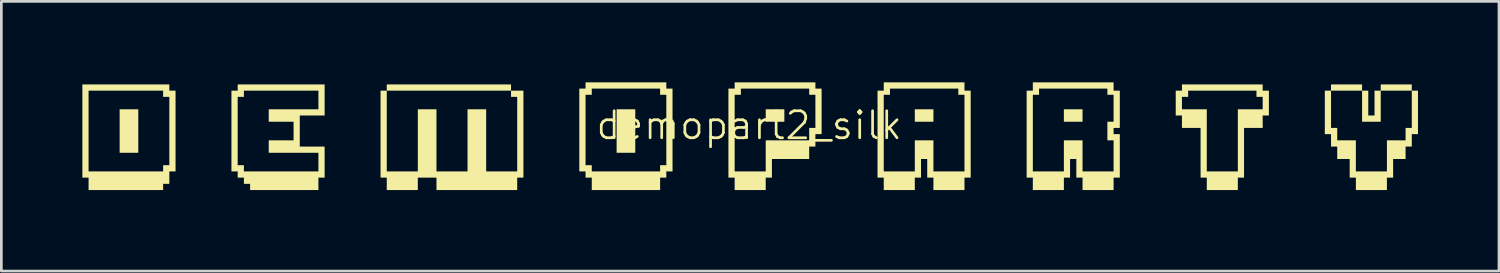
<source format=kicad_pcb>
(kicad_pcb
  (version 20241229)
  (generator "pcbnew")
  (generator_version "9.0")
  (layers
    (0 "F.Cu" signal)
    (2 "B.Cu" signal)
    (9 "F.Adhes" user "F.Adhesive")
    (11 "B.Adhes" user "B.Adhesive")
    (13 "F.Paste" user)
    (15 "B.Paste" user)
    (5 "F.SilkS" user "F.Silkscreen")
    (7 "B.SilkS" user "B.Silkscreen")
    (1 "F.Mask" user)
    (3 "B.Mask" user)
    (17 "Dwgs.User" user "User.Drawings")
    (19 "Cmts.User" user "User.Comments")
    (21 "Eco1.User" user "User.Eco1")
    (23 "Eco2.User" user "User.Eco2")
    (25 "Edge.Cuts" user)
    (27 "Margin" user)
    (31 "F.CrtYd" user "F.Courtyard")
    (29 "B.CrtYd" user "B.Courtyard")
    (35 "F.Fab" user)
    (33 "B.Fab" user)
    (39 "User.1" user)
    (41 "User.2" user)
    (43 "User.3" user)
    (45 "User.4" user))
  (footprint "demopart2_silk"
    (layer "F.Cu")
    (at 25.593 1.194)
    (property "Reference" "demopart2_silk" (at -0.9 0.4 0) (unlocked yes) (layer "F.SilkS") (effects (font (size 1 1) (thickness 0.1))))
    (attr smd)
    (fp_poly (pts (xy -23.522 0.609) (xy -23.522 1.414) (xy -23.867 1.414) (xy -24.212 1.414) (xy -24.212 0.609) (xy -24.212 -0.197) (xy -23.867 -0.197) (xy -23.522 -0.197)) (stroke (width 0) (type solid)) (fill yes) (layer "F.SilkS"))
    (fp_poly (pts (xy -5.117 0.609) (xy -5.117 1.414) (xy -5.463 1.414) (xy -5.808 1.414) (xy -5.808 0.609) (xy -5.808 -0.197) (xy -5.463 -0.197) (xy -5.117 -0.197)) (stroke (width 0) (type solid)) (fill yes) (layer "F.SilkS"))
    (fp_poly (pts (xy 0.404 0.033) (xy 0.404 0.264) (xy 0.059 0.264) (xy -0.286 0.264) (xy -0.286 0.033) (xy -0.286 -0.197) (xy 0.059 -0.197) (xy 0.404 -0.197)) (stroke (width 0) (type solid)) (fill yes) (layer "F.SilkS"))
    (fp_poly (pts (xy 5.925 0.033) (xy 5.925 0.264) (xy 5.58 0.264) (xy 5.235 0.264) (xy 5.235 0.033) (xy 5.235 -0.197) (xy 5.58 -0.197) (xy 5.925 -0.197)) (stroke (width 0) (type solid)) (fill yes) (layer "F.SilkS"))
    (fp_poly (pts (xy 11.447 0.033) (xy 11.447 0.264) (xy 11.101 0.264) (xy 10.756 0.264) (xy 10.756 0.033) (xy 10.756 -0.197) (xy 11.101 -0.197) (xy 11.447 -0.197)) (stroke (width 0) (type solid)) (fill yes) (layer "F.SilkS"))
    (fp_poly (pts (xy 23.64 -1.002) (xy 23.64 -0.887) (xy 23.065 -0.887) (xy 22.49 -0.887) (xy 22.49 -0.311) (xy 22.49 0.264) (xy 22.145 0.264) (xy 21.799 0.264) (xy 21.799 -0.311) (xy 21.799 -0.887) (xy 21.914 -0.887) (xy 22.029 -0.887) (xy 22.029 -0.427) (xy 22.029 0.033) (xy 22.145 0.033) (xy 22.26 0.033) (xy 22.26 -0.427) (xy 22.26 -0.887) (xy 22.375 -0.887) (xy 22.49 -0.887) (xy 22.49 -1.002) (xy 22.49 -1.117) (xy 23.065 -1.117) (xy 23.64 -1.117)) (stroke (width 0) (type solid)) (fill yes) (layer "F.SilkS"))
    (fp_poly (pts (xy -22.372 -1.002) (xy -22.372 -0.887) (xy -22.257 -0.887) (xy -22.142 -0.887) (xy -22.142 0.609) (xy -22.142 2.104) (xy -22.257 2.104) (xy -22.372 2.104) (xy -22.372 2.334) (xy -22.372 2.564) (xy -22.487 2.564) (xy -22.602 2.564) (xy -22.602 2.679) (xy -22.602 2.794) (xy -23.982 2.794) (xy -25.363 2.794) (xy -25.363 2.564) (xy -25.363 2.334) (xy -25.478 2.334) (xy -25.593 2.334) (xy -25.593 0.609) (xy -25.593 -0.887) (xy -25.363 -0.887) (xy -25.363 0.609) (xy -25.363 2.104) (xy -23.982 2.104) (xy -22.602 2.104) (xy -22.602 1.989) (xy -22.602 1.874) (xy -22.487 1.874) (xy -22.372 1.874) (xy -22.372 0.608) (xy -22.372 -0.657) (xy -22.487 -0.657) (xy -22.602 -0.657) (xy -22.602 -0.772) (xy -22.602 -0.887) (xy -23.982 -0.887) (xy -25.363 -0.887) (xy -25.593 -0.887) (xy -25.593 -1.117) (xy -23.982 -1.117) (xy -22.372 -1.117)) (stroke (width 0) (type solid)) (fill yes) (layer "F.SilkS"))
    (fp_poly (pts (xy -3.967 -1.078) (xy -3.967 -0.963) (xy -3.852 -0.963) (xy -3.737 -0.963) (xy -3.737 0.57) (xy -3.737 2.104) (xy -3.852 2.104) (xy -3.967 2.104) (xy -3.967 2.219) (xy -3.967 2.334) (xy -4.082 2.334) (xy -4.197 2.334) (xy -4.197 2.564) (xy -4.197 2.794) (xy -5.463 2.794) (xy -6.728 2.794) (xy -6.728 2.564) (xy -6.728 2.334) (xy -6.843 2.334) (xy -6.958 2.334) (xy -6.958 2.219) (xy -6.958 2.104) (xy -7.073 2.104) (xy -7.189 2.104) (xy -7.189 1.874) (xy -6.958 1.874) (xy -6.843 1.874) (xy -6.728 1.874) (xy -6.728 1.989) (xy -6.728 2.104) (xy -5.463 2.104) (xy -4.197 2.104) (xy -4.197 1.989) (xy -4.197 1.874) (xy -4.082 1.874) (xy -3.967 1.874) (xy -3.967 0.57) (xy -3.967 -0.734) (xy -4.082 -0.734) (xy -4.197 -0.734) (xy -4.197 -0.849) (xy -4.197 -0.963) (xy -5.463 -0.963) (xy -6.728 -0.963) (xy -6.728 -0.849) (xy -6.728 -0.734) (xy -6.843 -0.734) (xy -6.958 -0.734) (xy -6.958 0.57) (xy -6.958 1.874) (xy -7.189 1.874) (xy -7.189 0.57) (xy -7.189 -0.963) (xy -7.073 -0.963) (xy -6.958 -0.963) (xy -6.958 -1.078) (xy -6.958 -1.194) (xy -5.463 -1.194) (xy -3.967 -1.194)) (stroke (width 0) (type solid)) (fill yes) (layer "F.SilkS"))
    (fp_poly (pts (xy -9.718 -1.002) (xy -9.718 -0.887) (xy -12.019 -0.887) (xy -14.32 -0.887) (xy -14.32 0.609) (xy -14.32 2.104) (xy -13.745 2.104) (xy -13.17 2.104) (xy -13.17 0.953) (xy -13.17 -0.197) (xy -12.825 -0.197) (xy -12.479 -0.197) (xy -12.479 0.953) (xy -12.479 2.104) (xy -11.904 2.104) (xy -11.329 2.104) (xy -11.329 0.953) (xy -11.329 -0.197) (xy -10.984 -0.197) (xy -10.639 -0.197) (xy -10.639 0.953) (xy -10.639 2.104) (xy -10.064 2.104) (xy -9.489 2.104) (xy -9.489 0.723) (xy -9.489 -0.657) (xy -9.604 -0.657) (xy -9.718 -0.657) (xy -9.718 -0.772) (xy -9.718 -0.887) (xy -9.489 -0.887) (xy -9.259 -0.887) (xy -9.259 0.724) (xy -9.259 2.334) (xy -9.374 2.334) (xy -9.489 2.334) (xy -9.489 2.564) (xy -9.489 2.794) (xy -10.984 2.794) (xy -12.479 2.794) (xy -12.479 2.564) (xy -12.479 2.334) (xy -12.825 2.334) (xy -13.17 2.334) (xy -13.17 2.564) (xy -13.17 2.794) (xy -13.745 2.794) (xy -14.32 2.794) (xy -14.32 2.564) (xy -14.32 2.334) (xy -14.435 2.334) (xy -14.55 2.334) (xy -14.55 0.724) (xy -14.55 -0.887) (xy -14.435 -0.887) (xy -14.32 -0.887) (xy -14.32 -1.002) (xy -14.32 -1.117) (xy -12.019 -1.117) (xy -9.718 -1.117)) (stroke (width 0) (type solid)) (fill yes) (layer "F.SilkS"))
    (fp_poly (pts (xy 1.554 -1.078) (xy 1.554 -0.963) (xy 1.669 -0.963) (xy 1.784 -0.963) (xy 1.784 -0.12) (xy 1.784 0.723) (xy 1.669 0.723) (xy 1.554 0.723) (xy 1.554 0.953) (xy 1.554 1.184) (xy 1.439 1.184) (xy 1.324 1.184) (xy 1.324 1.414) (xy 1.324 1.644) (xy 0.634 1.644) (xy -0.057 1.644) (xy -0.057 1.989) (xy -0.057 2.334) (xy -0.171 2.334) (xy -0.286 2.334) (xy -0.286 2.564) (xy -0.286 2.794) (xy -0.861 2.794) (xy -1.436 2.794) (xy -1.436 2.564) (xy -1.436 2.334) (xy -1.551 2.334) (xy -1.667 2.334) (xy -1.667 2.104) (xy -1.436 2.104) (xy -0.861 2.104) (xy -0.286 2.104) (xy -0.286 1.529) (xy -0.286 0.953) (xy 0.519 0.953) (xy 1.324 0.953) (xy 1.324 0.723) (xy 1.324 0.493) (xy 1.439 0.493) (xy 1.554 0.493) (xy 1.554 -0.12) (xy 1.554 -0.734) (xy 1.439 -0.734) (xy 1.324 -0.734) (xy 1.324 -0.849) (xy 1.324 -0.963) (xy 0.058 -0.963) (xy -1.207 -0.963) (xy -1.207 -0.849) (xy -1.207 -0.734) (xy -1.322 -0.734) (xy -1.436 -0.734) (xy -1.436 0.685) (xy -1.436 2.104) (xy -1.667 2.104) (xy -1.667 0.685) (xy -1.667 -0.963) (xy -1.551 -0.963) (xy -1.436 -0.963) (xy -1.436 -1.078) (xy -1.436 -1.194) (xy 0.059 -1.194) (xy 1.554 -1.194)) (stroke (width 0) (type solid)) (fill yes) (layer "F.SilkS"))
    (fp_poly (pts (xy 7.075 -1.04) (xy 7.075 -0.887) (xy 7.19 -0.887) (xy 7.305 -0.887) (xy 7.305 0.724) (xy 7.305 2.334) (xy 7.19 2.334) (xy 7.075 2.334) (xy 7.075 2.564) (xy 7.075 2.794) (xy 6.5 2.794) (xy 5.925 2.794) (xy 5.925 2.564) (xy 5.925 2.334) (xy 5.81 2.334) (xy 5.695 2.334) (xy 5.695 1.989) (xy 5.695 1.644) (xy 5.58 1.644) (xy 5.465 1.644) (xy 5.465 1.989) (xy 5.465 2.334) (xy 5.35 2.334) (xy 5.235 2.334) (xy 5.235 2.564) (xy 5.235 2.794) (xy 4.66 2.794) (xy 4.085 2.794) (xy 4.085 2.564) (xy 4.085 2.334) (xy 3.97 2.334) (xy 3.855 2.334) (xy 3.855 2.104) (xy 4.085 2.104) (xy 4.66 2.104) (xy 5.235 2.104) (xy 5.235 1.529) (xy 5.235 0.953) (xy 5.58 0.953) (xy 5.925 0.953) (xy 5.925 1.529) (xy 5.925 2.104) (xy 6.5 2.104) (xy 7.075 2.104) (xy 7.075 0.685) (xy 7.075 -0.734) (xy 6.96 -0.734) (xy 6.846 -0.734) (xy 6.846 -0.849) (xy 6.846 -0.963) (xy 5.58 -0.963) (xy 4.315 -0.963) (xy 4.315 -0.849) (xy 4.315 -0.734) (xy 4.2 -0.734) (xy 4.085 -0.734) (xy 4.085 0.685) (xy 4.085 2.104) (xy 3.855 2.104) (xy 3.855 0.724) (xy 3.855 -0.887) (xy 3.97 -0.887) (xy 4.085 -0.887) (xy 4.085 -1.04) (xy 4.085 -1.194) (xy 5.58 -1.194) (xy 7.075 -1.194)) (stroke (width 0) (type solid)) (fill yes) (layer "F.SilkS"))
    (fp_poly (pts (xy 18.118 -1.002) (xy 18.118 -0.887) (xy 18.233 -0.887) (xy 18.348 -0.887) (xy 18.348 -0.427) (xy 18.348 0.033) (xy 18.233 0.033) (xy 18.118 0.033) (xy 18.118 0.263) (xy 18.118 0.493) (xy 17.773 0.493) (xy 17.428 0.493) (xy 17.428 1.414) (xy 17.428 2.334) (xy 17.313 2.334) (xy 17.198 2.334) (xy 17.198 2.564) (xy 17.198 2.794) (xy 16.623 2.794) (xy 16.048 2.794) (xy 16.048 2.564) (xy 16.048 2.334) (xy 15.933 2.334) (xy 15.818 2.334) (xy 15.818 1.414) (xy 15.818 0.493) (xy 15.473 0.493) (xy 15.128 0.493) (xy 15.128 0.263) (xy 15.128 0.033) (xy 15.013 0.033) (xy 14.898 0.033) (xy 14.898 -0.197) (xy 15.128 -0.197) (xy 15.588 -0.197) (xy 16.048 -0.197) (xy 16.048 0.953) (xy 16.048 2.104) (xy 16.623 2.104) (xy 17.198 2.104) (xy 17.198 0.953) (xy 17.198 -0.197) (xy 17.658 -0.197) (xy 18.118 -0.197) (xy 18.118 -0.427) (xy 18.118 -0.657) (xy 18.003 -0.657) (xy 17.888 -0.657) (xy 17.888 -0.772) (xy 17.888 -0.887) (xy 16.623 -0.887) (xy 15.358 -0.887) (xy 15.358 -0.772) (xy 15.358 -0.657) (xy 15.243 -0.657) (xy 15.128 -0.657) (xy 15.128 -0.427) (xy 15.128 -0.197) (xy 14.898 -0.197) (xy 14.898 -0.427) (xy 14.898 -0.887) (xy 15.013 -0.887) (xy 15.128 -0.887) (xy 15.128 -1.002) (xy 15.128 -1.117) (xy 16.623 -1.117) (xy 18.118 -1.117)) (stroke (width 0) (type solid)) (fill yes) (layer "F.SilkS"))
    (fp_poly (pts (xy -16.621 -0.542) (xy -16.621 0.033) (xy -17.081 0.033) (xy -17.541 0.033) (xy -17.541 0.609) (xy -17.541 1.184) (xy -17.081 1.184) (xy -16.621 1.184) (xy -16.621 1.759) (xy -16.621 2.334) (xy -16.736 2.334) (xy -16.851 2.334) (xy -16.851 2.564) (xy -16.851 2.794) (xy -18.116 2.794) (xy -19.381 2.794) (xy -19.381 2.679) (xy -19.381 2.564) (xy -19.496 2.564) (xy -19.611 2.564) (xy -19.611 2.449) (xy -19.611 2.334) (xy -19.726 2.334) (xy -19.841 2.334) (xy -19.841 2.219) (xy -19.841 2.104) (xy -19.957 2.104) (xy -20.072 2.104) (xy -20.072 1.874) (xy -19.841 1.874) (xy -19.726 1.874) (xy -19.611 1.874) (xy -19.611 1.989) (xy -19.611 2.104) (xy -18.231 2.104) (xy -16.851 2.104) (xy -16.851 1.759) (xy -16.851 1.414) (xy -17.771 1.414) (xy -18.691 1.414) (xy -18.691 1.184) (xy -18.691 0.953) (xy -18.231 0.953) (xy -17.771 0.953) (xy -17.771 0.609) (xy -17.771 0.264) (xy -18.231 0.264) (xy -18.691 0.264) (xy -18.691 0.033) (xy -18.691 -0.197) (xy -17.771 -0.197) (xy -16.851 -0.197) (xy -16.851 -0.542) (xy -16.851 -0.887) (xy -18.231 -0.887) (xy -19.611 -0.887) (xy -19.611 -0.772) (xy -19.611 -0.657) (xy -19.726 -0.657) (xy -19.841 -0.657) (xy -19.841 0.608) (xy -19.841 1.874) (xy -20.072 1.874) (xy -20.072 0.609) (xy -20.072 -0.887) (xy -19.957 -0.887) (xy -19.841 -0.887) (xy -19.841 -1.002) (xy -19.841 -1.117) (xy -18.231 -1.117) (xy -16.621 -1.117)) (stroke (width 0) (type solid)) (fill yes) (layer "F.SilkS"))
    (fp_poly (pts (xy 21.799 -1.002) (xy 21.799 -0.887) (xy 21.224 -0.887) (xy 20.649 -0.887) (xy 20.649 -0.197) (xy 20.649 0.493) (xy 20.764 0.493) (xy 20.879 0.493) (xy 20.879 0.723) (xy 20.879 0.953) (xy 21.224 0.953) (xy 21.569 0.953) (xy 21.569 1.529) (xy 21.569 2.104) (xy 22.144 2.104) (xy 22.719 2.104) (xy 22.719 1.529) (xy 22.719 0.953) (xy 23.065 0.953) (xy 23.41 0.953) (xy 23.41 0.723) (xy 23.41 0.493) (xy 23.525 0.493) (xy 23.64 0.493) (xy 23.64 -0.197) (xy 23.64 -0.887) (xy 23.755 -0.887) (xy 23.869 -0.887) (xy 23.869 -0.082) (xy 23.869 0.723) (xy 23.755 0.723) (xy 23.64 0.723) (xy 23.64 0.953) (xy 23.64 1.184) (xy 23.525 1.184) (xy 23.41 1.184) (xy 23.41 1.414) (xy 23.41 1.644) (xy 23.18 1.644) (xy 22.949 1.644) (xy 22.949 1.989) (xy 22.949 2.334) (xy 22.834 2.334) (xy 22.719 2.334) (xy 22.719 2.564) (xy 22.719 2.794) (xy 22.144 2.794) (xy 21.569 2.794) (xy 21.569 2.564) (xy 21.569 2.334) (xy 21.454 2.334) (xy 21.34 2.334) (xy 21.34 1.989) (xy 21.34 1.644) (xy 21.109 1.644) (xy 20.879 1.644) (xy 20.879 1.414) (xy 20.879 1.184) (xy 20.764 1.184) (xy 20.649 1.184) (xy 20.649 0.953) (xy 20.649 0.723) (xy 20.534 0.723) (xy 20.419 0.723) (xy 20.419 -0.082) (xy 20.419 -0.887) (xy 20.534 -0.887) (xy 20.649 -0.887) (xy 20.649 -1.002) (xy 20.649 -1.117) (xy 21.224 -1.117) (xy 21.799 -1.117)) (stroke (width 0) (type solid)) (fill yes) (layer "F.SilkS"))
    (fp_poly (pts (xy 12.597 -1.04) (xy 12.597 -0.887) (xy 12.712 -0.887) (xy 12.827 -0.887) (xy 12.827 -0.197) (xy 12.827 0.493) (xy 12.712 0.493) (xy 12.597 0.493) (xy 12.597 0.608) (xy 12.597 0.723) (xy 12.712 0.723) (xy 12.827 0.723) (xy 12.827 1.529) (xy 12.827 2.334) (xy 12.712 2.334) (xy 12.597 2.334) (xy 12.597 2.564) (xy 12.597 2.794) (xy 12.022 2.794) (xy 11.447 2.794) (xy 11.447 2.564) (xy 11.447 2.334) (xy 11.332 2.334) (xy 11.217 2.334) (xy 11.217 1.989) (xy 11.217 1.644) (xy 11.101 1.644) (xy 10.986 1.644) (xy 10.986 1.989) (xy 10.986 2.334) (xy 10.871 2.334) (xy 10.756 2.334) (xy 10.756 2.564) (xy 10.756 2.794) (xy 10.181 2.794) (xy 9.606 2.794) (xy 9.606 2.564) (xy 9.606 2.334) (xy 9.491 2.334) (xy 9.377 2.334) (xy 9.377 2.104) (xy 9.606 2.104) (xy 10.181 2.104) (xy 10.756 2.104) (xy 10.756 1.529) (xy 10.756 0.953) (xy 11.101 0.953) (xy 11.447 0.953) (xy 11.447 1.529) (xy 11.447 2.104) (xy 12.022 2.104) (xy 12.597 2.104) (xy 12.597 1.529) (xy 12.597 0.953) (xy 12.482 0.953) (xy 12.367 0.953) (xy 12.367 0.609) (xy 12.367 0.264) (xy 12.482 0.264) (xy 12.597 0.264) (xy 12.597 -0.235) (xy 12.597 -0.734) (xy 12.482 -0.734) (xy 12.367 -0.734) (xy 12.367 -0.849) (xy 12.367 -0.963) (xy 11.101 -0.963) (xy 9.836 -0.963) (xy 9.836 -0.849) (xy 9.836 -0.734) (xy 9.721 -0.734) (xy 9.606 -0.734) (xy 9.606 0.685) (xy 9.606 2.104) (xy 9.377 2.104) (xy 9.377 0.724) (xy 9.377 -0.887) (xy 9.491 -0.887) (xy 9.606 -0.887) (xy 9.606 -1.04) (xy 9.606 -1.194) (xy 11.101 -1.194) (xy 12.597 -1.194)) (stroke (width 0) (type solid)) (fill yes) (layer "F.SilkS")))
  (gr_rect
    (start -3 -3)
    (end 52.462 6.988)
    (stroke (width 0.1) (type default))
    (fill no)
    (layer "Edge.Cuts")))
</source>
